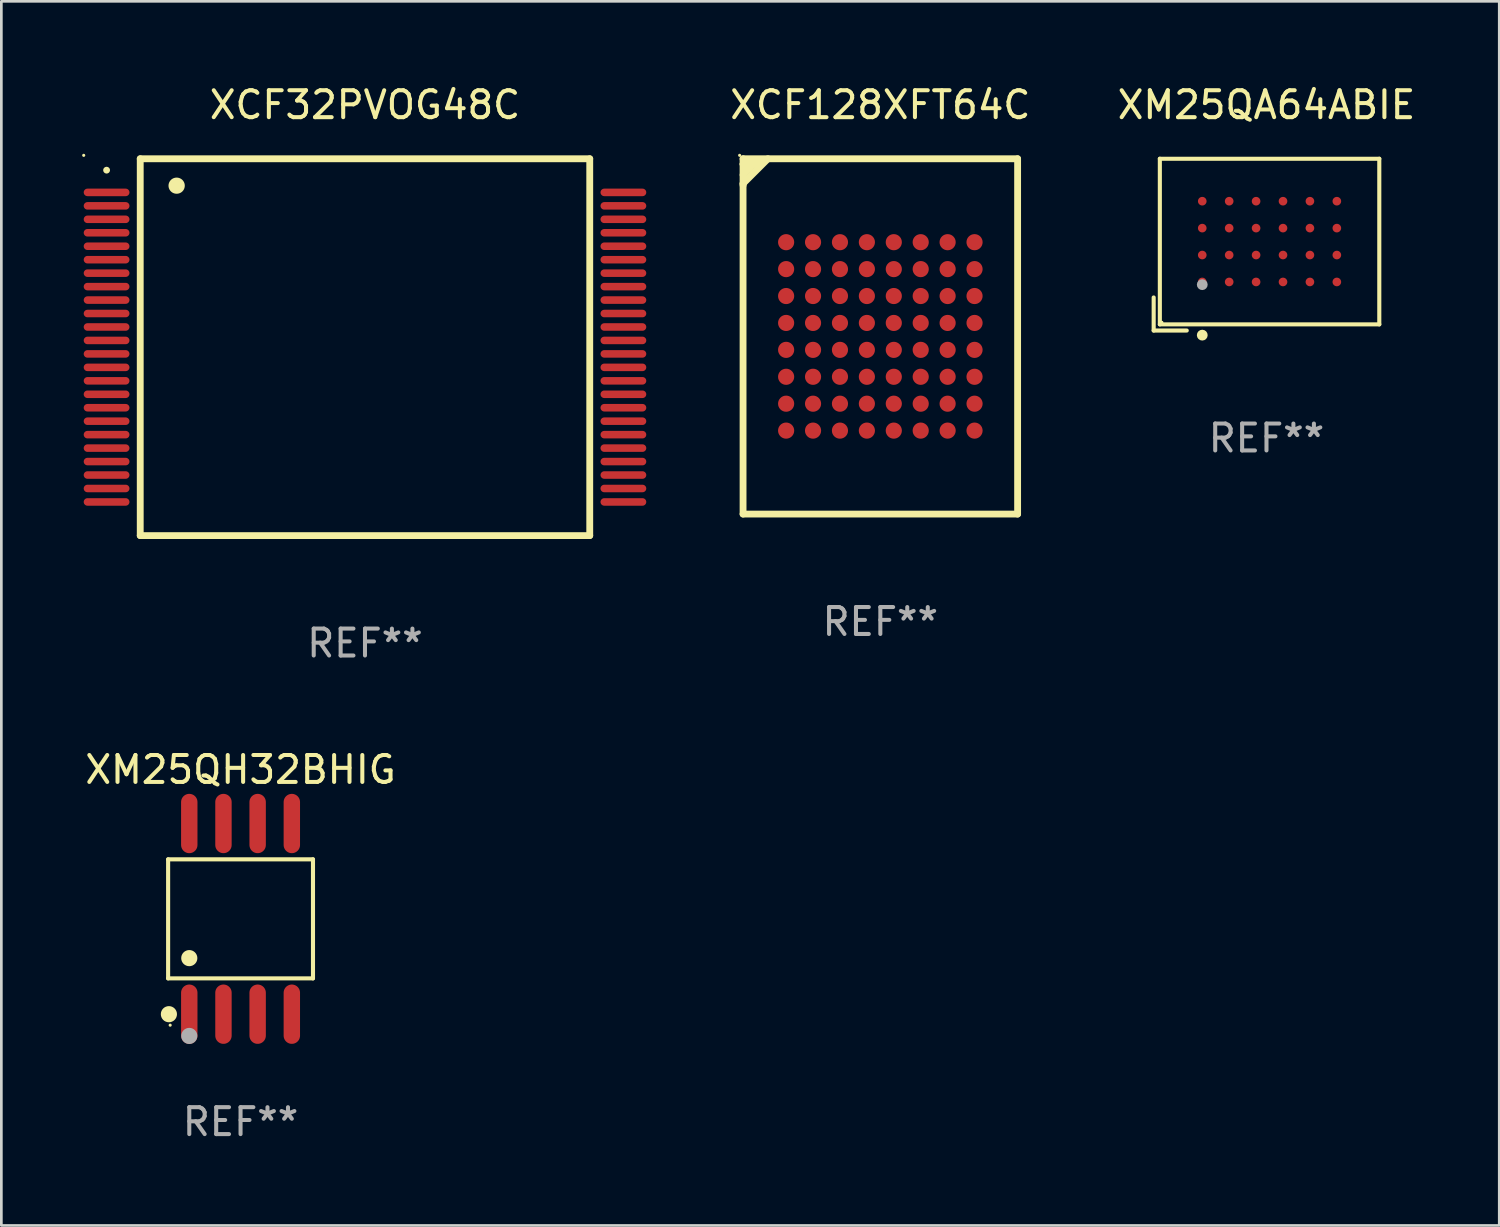
<source format=kicad_pcb>
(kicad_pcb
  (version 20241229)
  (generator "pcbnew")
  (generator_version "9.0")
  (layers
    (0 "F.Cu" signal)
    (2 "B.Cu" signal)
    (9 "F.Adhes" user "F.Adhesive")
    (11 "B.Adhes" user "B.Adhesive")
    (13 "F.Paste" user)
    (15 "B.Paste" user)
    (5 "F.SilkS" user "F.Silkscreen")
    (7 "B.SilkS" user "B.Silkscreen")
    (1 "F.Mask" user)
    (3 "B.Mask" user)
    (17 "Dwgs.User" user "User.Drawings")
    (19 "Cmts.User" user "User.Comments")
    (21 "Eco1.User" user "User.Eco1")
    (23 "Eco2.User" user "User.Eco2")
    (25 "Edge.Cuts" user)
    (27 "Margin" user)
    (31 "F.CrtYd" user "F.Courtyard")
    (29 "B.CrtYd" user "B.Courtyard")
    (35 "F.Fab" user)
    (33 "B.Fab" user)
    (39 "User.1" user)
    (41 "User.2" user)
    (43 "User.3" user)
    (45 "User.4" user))
  (footprint "XCF128XFT64C"
    (layer "F.Cu")
    (at 29.656 9.448)
    (property "Reference" "XCF128XFT64C" (at 0 -8.6 0) (layer "F.SilkS") (effects (font (size 1 1) (thickness 0.15))))
    (attr through_hole)
    (fp_line (start -5.1 -6.6) (end -5.1 6.6) (stroke (width 0.254) (type solid)) (layer "F.SilkS"))
    (fp_line (start -5.1 -6.6) (end 5.1 -6.6) (stroke (width 0.254) (type solid)) (layer "F.SilkS"))
    (fp_line (start -5.1 -6.4) (end -4.504 -6.4) (stroke (width 0.254) (type solid)) (layer "F.SilkS"))
    (fp_line (start -5.1 -5.676) (end -4.176 -6.6) (stroke (width 0.254) (type solid)) (layer "F.SilkS"))
    (fp_line (start -5.1 -5.614) (end -5.1 -5.676) (stroke (width 0.254) (type solid)) (layer "F.SilkS"))
    (fp_line (start -5.1 6.6) (end 5.1 6.6) (stroke (width 0.254) (type solid)) (layer "F.SilkS"))
    (fp_line (start -4.8 -6.4) (end -5.1 -6.4) (stroke (width 0.254) (type solid)) (layer "F.SilkS"))
    (fp_line (start -4.7 -6.4) (end -5.1 -6) (stroke (width 0.254) (type solid)) (layer "F.SilkS"))
    (fp_line (start -4.504 -6.4) (end -4.7 -6.4) (stroke (width 0.254) (type solid)) (layer "F.SilkS"))
    (fp_line (start 5.1 -6.6) (end 5.1 6.6) (stroke (width 0.254) (type solid)) (layer "F.SilkS"))
    (fp_circle (center -5.227 -6.727) (end -5.197 -6.727) (stroke (width 0.06) (type solid)) (fill no) (layer "F.SilkS"))
    (fp_text user "REF**" (at 0 10.6 0) (layer "F.Fab") (effects (font (size 1 1) (thickness 0.15))))
    (pad "A1" smd circle (at -3.5 -3.5) (size 0.6 0.6) (layers "F.Cu" "F.Mask" "F.Paste"))
    (pad "A2" smd circle (at -2.5 -3.5) (size 0.6 0.6) (layers "F.Cu" "F.Mask" "F.Paste"))
    (pad "A3" smd circle (at -1.5 -3.5) (size 0.6 0.6) (layers "F.Cu" "F.Mask" "F.Paste"))
    (pad "A4" smd circle (at -0.5 -3.5) (size 0.6 0.6) (layers "F.Cu" "F.Mask" "F.Paste"))
    (pad "A5" smd circle (at 0.5 -3.5) (size 0.6 0.6) (layers "F.Cu" "F.Mask" "F.Paste"))
    (pad "A6" smd circle (at 1.5 -3.5) (size 0.6 0.6) (layers "F.Cu" "F.Mask" "F.Paste"))
    (pad "A7" smd circle (at 2.5 -3.5) (size 0.6 0.6) (layers "F.Cu" "F.Mask" "F.Paste"))
    (pad "A8" smd circle (at 3.5 -3.5) (size 0.6 0.6) (layers "F.Cu" "F.Mask" "F.Paste"))
    (pad "B1" smd circle (at -3.5 -2.5) (size 0.6 0.6) (layers "F.Cu" "F.Mask" "F.Paste"))
    (pad "B2" smd circle (at -2.5 -2.5) (size 0.6 0.6) (layers "F.Cu" "F.Mask" "F.Paste"))
    (pad "B3" smd circle (at -1.5 -2.5) (size 0.6 0.6) (layers "F.Cu" "F.Mask" "F.Paste"))
    (pad "B4" smd circle (at -0.5 -2.5) (size 0.6 0.6) (layers "F.Cu" "F.Mask" "F.Paste"))
    (pad "B5" smd circle (at 0.5 -2.5) (size 0.6 0.6) (layers "F.Cu" "F.Mask" "F.Paste"))
    (pad "B6" smd circle (at 1.5 -2.5) (size 0.6 0.6) (layers "F.Cu" "F.Mask" "F.Paste"))
    (pad "B7" smd circle (at 2.5 -2.5) (size 0.6 0.6) (layers "F.Cu" "F.Mask" "F.Paste"))
    (pad "B8" smd circle (at 3.5 -2.5) (size 0.6 0.6) (layers "F.Cu" "F.Mask" "F.Paste"))
    (pad "C1" smd circle (at -3.5 -1.5) (size 0.6 0.6) (layers "F.Cu" "F.Mask" "F.Paste"))
    (pad "C2" smd circle (at -2.5 -1.5) (size 0.6 0.6) (layers "F.Cu" "F.Mask" "F.Paste"))
    (pad "C3" smd circle (at -1.5 -1.5) (size 0.6 0.6) (layers "F.Cu" "F.Mask" "F.Paste"))
    (pad "C4" smd circle (at -0.5 -1.5) (size 0.6 0.6) (layers "F.Cu" "F.Mask" "F.Paste"))
    (pad "C5" smd circle (at 0.5 -1.5) (size 0.6 0.6) (layers "F.Cu" "F.Mask" "F.Paste"))
    (pad "C6" smd circle (at 1.5 -1.5) (size 0.6 0.6) (layers "F.Cu" "F.Mask" "F.Paste"))
    (pad "C7" smd circle (at 2.5 -1.5) (size 0.6 0.6) (layers "F.Cu" "F.Mask" "F.Paste"))
    (pad "C8" smd circle (at 3.5 -1.5) (size 0.6 0.6) (layers "F.Cu" "F.Mask" "F.Paste"))
    (pad "D1" smd circle (at -3.5 -0.5) (size 0.6 0.6) (layers "F.Cu" "F.Mask" "F.Paste"))
    (pad "D2" smd circle (at -2.5 -0.5) (size 0.6 0.6) (layers "F.Cu" "F.Mask" "F.Paste"))
    (pad "D3" smd circle (at -1.5 -0.5) (size 0.6 0.6) (layers "F.Cu" "F.Mask" "F.Paste"))
    (pad "D4" smd circle (at -0.5 -0.5) (size 0.6 0.6) (layers "F.Cu" "F.Mask" "F.Paste"))
    (pad "D5" smd circle (at 0.5 -0.5) (size 0.6 0.6) (layers "F.Cu" "F.Mask" "F.Paste"))
    (pad "D6" smd circle (at 1.5 -0.5) (size 0.6 0.6) (layers "F.Cu" "F.Mask" "F.Paste"))
    (pad "D7" smd circle (at 2.5 -0.5) (size 0.6 0.6) (layers "F.Cu" "F.Mask" "F.Paste"))
    (pad "D8" smd circle (at 3.5 -0.5) (size 0.6 0.6) (layers "F.Cu" "F.Mask" "F.Paste"))
    (pad "E1" smd circle (at -3.5 0.5) (size 0.6 0.6) (layers "F.Cu" "F.Mask" "F.Paste"))
    (pad "E2" smd circle (at -2.5 0.5) (size 0.6 0.6) (layers "F.Cu" "F.Mask" "F.Paste"))
    (pad "E3" smd circle (at -1.5 0.5) (size 0.6 0.6) (layers "F.Cu" "F.Mask" "F.Paste"))
    (pad "E4" smd circle (at -0.5 0.5) (size 0.6 0.6) (layers "F.Cu" "F.Mask" "F.Paste"))
    (pad "E5" smd circle (at 0.5 0.5) (size 0.6 0.6) (layers "F.Cu" "F.Mask" "F.Paste"))
    (pad "E6" smd circle (at 1.5 0.5) (size 0.6 0.6) (layers "F.Cu" "F.Mask" "F.Paste"))
    (pad "E7" smd circle (at 2.5 0.5) (size 0.6 0.6) (layers "F.Cu" "F.Mask" "F.Paste"))
    (pad "E8" smd circle (at 3.5 0.5) (size 0.6 0.6) (layers "F.Cu" "F.Mask" "F.Paste"))
    (pad "F1" smd circle (at -3.5 1.5) (size 0.6 0.6) (layers "F.Cu" "F.Mask" "F.Paste"))
    (pad "F2" smd circle (at -2.5 1.5) (size 0.6 0.6) (layers "F.Cu" "F.Mask" "F.Paste"))
    (pad "F3" smd circle (at -1.5 1.5) (size 0.6 0.6) (layers "F.Cu" "F.Mask" "F.Paste"))
    (pad "F4" smd circle (at -0.5 1.5) (size 0.6 0.6) (layers "F.Cu" "F.Mask" "F.Paste"))
    (pad "F5" smd circle (at 0.5 1.5) (size 0.6 0.6) (layers "F.Cu" "F.Mask" "F.Paste"))
    (pad "F6" smd circle (at 1.5 1.5) (size 0.6 0.6) (layers "F.Cu" "F.Mask" "F.Paste"))
    (pad "F7" smd circle (at 2.5 1.5) (size 0.6 0.6) (layers "F.Cu" "F.Mask" "F.Paste"))
    (pad "F8" smd circle (at 3.5 1.5) (size 0.6 0.6) (layers "F.Cu" "F.Mask" "F.Paste"))
    (pad "G1" smd circle (at -3.5 2.5) (size 0.6 0.6) (layers "F.Cu" "F.Mask" "F.Paste"))
    (pad "G2" smd circle (at -2.5 2.5) (size 0.6 0.6) (layers "F.Cu" "F.Mask" "F.Paste"))
    (pad "G3" smd circle (at -1.5 2.5) (size 0.6 0.6) (layers "F.Cu" "F.Mask" "F.Paste"))
    (pad "G4" smd circle (at -0.5 2.5) (size 0.6 0.6) (layers "F.Cu" "F.Mask" "F.Paste"))
    (pad "G5" smd circle (at 0.5 2.5) (size 0.6 0.6) (layers "F.Cu" "F.Mask" "F.Paste"))
    (pad "G6" smd circle (at 1.5 2.5) (size 0.6 0.6) (layers "F.Cu" "F.Mask" "F.Paste"))
    (pad "G7" smd circle (at 2.5 2.5) (size 0.6 0.6) (layers "F.Cu" "F.Mask" "F.Paste"))
    (pad "G8" smd circle (at 3.5 2.5) (size 0.6 0.6) (layers "F.Cu" "F.Mask" "F.Paste"))
    (pad "H1" smd circle (at -3.5 3.5) (size 0.6 0.6) (layers "F.Cu" "F.Mask" "F.Paste"))
    (pad "H2" smd circle (at -2.5 3.5) (size 0.6 0.6) (layers "F.Cu" "F.Mask" "F.Paste"))
    (pad "H3" smd circle (at -1.5 3.5) (size 0.6 0.6) (layers "F.Cu" "F.Mask" "F.Paste"))
    (pad "H4" smd circle (at -0.5 3.5) (size 0.6 0.6) (layers "F.Cu" "F.Mask" "F.Paste"))
    (pad "H5" smd circle (at 0.5 3.5) (size 0.6 0.6) (layers "F.Cu" "F.Mask" "F.Paste"))
    (pad "H6" smd circle (at 1.5 3.5) (size 0.6 0.6) (layers "F.Cu" "F.Mask" "F.Paste"))
    (pad "H7" smd circle (at 2.5 3.5) (size 0.6 0.6) (layers "F.Cu" "F.Mask" "F.Paste"))
    (pad "H8" smd circle (at 3.5 3.5) (size 0.6 0.6) (layers "F.Cu" "F.Mask" "F.Paste")))
  (footprint "XM25QH32BHIG"
    (layer "F.Cu")
    (at 5.887 31.087)
    (property "Reference" "XM25QH32BHIG" (at 0 -5.542 0) (layer "F.SilkS") (effects (font (size 1 1) (thickness 0.15))))
    (attr through_hole)
    (fp_line (start -2.691 -2.211) (end 2.691 -2.211) (stroke (width 0.152) (type solid)) (layer "F.SilkS"))
    (fp_line (start -2.691 2.211) (end -2.691 -2.211) (stroke (width 0.152) (type solid)) (layer "F.SilkS"))
    (fp_line (start 2.691 -2.211) (end 2.691 2.211) (stroke (width 0.152) (type solid)) (layer "F.SilkS"))
    (fp_line (start 2.691 2.211) (end -2.691 2.211) (stroke (width 0.152) (type solid)) (layer "F.SilkS"))
    (fp_circle (center -2.662 3.542) (end -2.512 3.542) (stroke (width 0.3) (type solid)) (fill no) (layer "F.SilkS"))
    (fp_circle (center -2.615 3.95) (end -2.585 3.95) (stroke (width 0.06) (type solid)) (fill no) (layer "F.SilkS"))
    (fp_circle (center -1.905 1.459) (end -1.755 1.459) (stroke (width 0.3) (type solid)) (fill no) (layer "F.SilkS"))
    (fp_circle (center -1.905 4.35) (end -1.755 4.35) (stroke (width 0.3) (type solid)) (fill no) (layer "F.Fab"))
    (fp_text user "REF**" (at 0 7.542 0) (layer "F.Fab") (effects (font (size 1 1) (thickness 0.15))))
    (pad "1" smd oval (at -1.905 3.542) (size 0.609 2.204) (layers "F.Cu" "F.Mask" "F.Paste"))
    (pad "2" smd oval (at -0.635 3.542) (size 0.609 2.204) (layers "F.Cu" "F.Mask" "F.Paste"))
    (pad "3" smd oval (at 0.635 3.542) (size 0.609 2.204) (layers "F.Cu" "F.Mask" "F.Paste"))
    (pad "4" smd oval (at 1.905 3.542) (size 0.609 2.204) (layers "F.Cu" "F.Mask" "F.Paste"))
    (pad "5" smd oval (at 1.905 -3.542) (size 0.609 2.204) (layers "F.Cu" "F.Mask" "F.Paste"))
    (pad "6" smd oval (at 0.635 -3.542) (size 0.609 2.204) (layers "F.Cu" "F.Mask" "F.Paste"))
    (pad "7" smd oval (at -0.635 -3.542) (size 0.609 2.204) (layers "F.Cu" "F.Mask" "F.Paste"))
    (pad "8" smd oval (at -1.905 -3.542) (size 0.609 2.204) (layers "F.Cu" "F.Mask" "F.Paste")))
  (footprint "XM25QA64ABIE"
    (layer "F.Cu")
    (at 44.002 6.039)
    (property "Reference" "XM25QA64ABIE" (at 0 -5.191 0) (layer "F.SilkS") (effects (font (size 1 1) (thickness 0.15))))
    (attr through_hole)
    (fp_line (start -4.191 1.962) (end -4.191 3.191) (stroke (width 0.152) (type solid)) (layer "F.SilkS"))
    (fp_line (start -4.191 3.191) (end -2.962 3.191) (stroke (width 0.152) (type solid)) (layer "F.SilkS"))
    (fp_line (start -3.962 -3.191) (end 4.191 -3.191) (stroke (width 0.152) (type solid)) (layer "F.SilkS"))
    (fp_line (start -3.962 2.962) (end -3.962 -3.191) (stroke (width 0.152) (type solid)) (layer "F.SilkS"))
    (fp_line (start 4.191 -3.191) (end 4.191 2.962) (stroke (width 0.152) (type solid)) (layer "F.SilkS"))
    (fp_line (start 4.191 2.962) (end -3.962 2.962) (stroke (width 0.152) (type solid)) (layer "F.SilkS"))
    (fp_circle (center -3.886 2.886) (end -3.856 2.886) (stroke (width 0.06) (type solid)) (fill no) (layer "F.SilkS"))
    (fp_circle (center -2.386 3.362) (end -2.285 3.362) (stroke (width 0.2) (type solid)) (fill no) (layer "F.SilkS"))
    (fp_circle (center -2.386 1.486) (end -2.285 1.486) (stroke (width 0.2) (type solid)) (fill no) (layer "F.Fab"))
    (fp_text user "REF**" (at 0 7.191 0) (layer "F.Fab") (effects (font (size 1 1) (thickness 0.15))))
    (pad "A1" smd circle (at -2.386 1.386) (size 0.32 0.32) (layers "F.Cu" "F.Mask" "F.Paste"))
    (pad "A2" smd circle (at -2.386 0.386) (size 0.32 0.32) (layers "F.Cu" "F.Mask" "F.Paste"))
    (pad "A3" smd circle (at -2.386 -0.614) (size 0.32 0.32) (layers "F.Cu" "F.Mask" "F.Paste"))
    (pad "A4" smd circle (at -2.386 -1.614) (size 0.32 0.32) (layers "F.Cu" "F.Mask" "F.Paste"))
    (pad "B1" smd circle (at -1.386 1.386) (size 0.32 0.32) (layers "F.Cu" "F.Mask" "F.Paste"))
    (pad "B2" smd circle (at -1.386 0.386) (size 0.32 0.32) (layers "F.Cu" "F.Mask" "F.Paste"))
    (pad "B3" smd circle (at -1.386 -0.614) (size 0.32 0.32) (layers "F.Cu" "F.Mask" "F.Paste"))
    (pad "B4" smd circle (at -1.386 -1.614) (size 0.32 0.32) (layers "F.Cu" "F.Mask" "F.Paste"))
    (pad "C1" smd circle (at -0.386 1.386) (size 0.32 0.32) (layers "F.Cu" "F.Mask" "F.Paste"))
    (pad "C2" smd circle (at -0.386 0.386) (size 0.32 0.32) (layers "F.Cu" "F.Mask" "F.Paste"))
    (pad "C3" smd circle (at -0.386 -0.614) (size 0.32 0.32) (layers "F.Cu" "F.Mask" "F.Paste"))
    (pad "C4" smd circle (at -0.386 -1.614) (size 0.32 0.32) (layers "F.Cu" "F.Mask" "F.Paste"))
    (pad "D1" smd circle (at 0.614 1.386) (size 0.32 0.32) (layers "F.Cu" "F.Mask" "F.Paste"))
    (pad "D2" smd circle (at 0.614 0.386) (size 0.32 0.32) (layers "F.Cu" "F.Mask" "F.Paste"))
    (pad "D3" smd circle (at 0.614 -0.614) (size 0.32 0.32) (layers "F.Cu" "F.Mask" "F.Paste"))
    (pad "D4" smd circle (at 0.614 -1.614) (size 0.32 0.32) (layers "F.Cu" "F.Mask" "F.Paste"))
    (pad "E1" smd circle (at 1.614 1.386) (size 0.32 0.32) (layers "F.Cu" "F.Mask" "F.Paste"))
    (pad "E2" smd circle (at 1.614 0.386) (size 0.32 0.32) (layers "F.Cu" "F.Mask" "F.Paste"))
    (pad "E3" smd circle (at 1.614 -0.614) (size 0.32 0.32) (layers "F.Cu" "F.Mask" "F.Paste"))
    (pad "E4" smd circle (at 1.614 -1.614) (size 0.32 0.32) (layers "F.Cu" "F.Mask" "F.Paste"))
    (pad "F1" smd circle (at 2.614 1.386) (size 0.32 0.32) (layers "F.Cu" "F.Mask" "F.Paste"))
    (pad "F2" smd circle (at 2.614 0.386) (size 0.32 0.32) (layers "F.Cu" "F.Mask" "F.Paste"))
    (pad "F3" smd circle (at 2.614 -0.614) (size 0.32 0.32) (layers "F.Cu" "F.Mask" "F.Paste"))
    (pad "F4" smd circle (at 2.614 -1.614) (size 0.32 0.32) (layers "F.Cu" "F.Mask" "F.Paste")))
  (footprint "XCF32PVOG48C"
    (layer "F.Cu")
    (at 10.51 9.848)
    (property "Reference" "XCF32PVOG48C" (at 0 -9 0) (layer "F.SilkS") (effects (font (size 1 1) (thickness 0.15))))
    (attr through_hole)
    (fp_line (start -8.35 -7) (end 8.35 -7) (stroke (width 0.254) (type solid)) (layer "F.SilkS"))
    (fp_line (start -8.35 7) (end -8.35 -7) (stroke (width 0.254) (type solid)) (layer "F.SilkS"))
    (fp_line (start -8.35 7) (end 8.35 7) (stroke (width 0.254) (type solid)) (layer "F.SilkS"))
    (fp_line (start 8.35 -7) (end 8.35 7) (stroke (width 0.254) (type solid)) (layer "F.SilkS"))
    (fp_arc (start -9.601219 -6.576073) (mid -9.599949 -6.576079) (end -9.598679 -6.576073) (stroke (width 0.25) (type solid)) (layer "F.SilkS"))
    (fp_arc (start -7.000025 -6) (mid -6.997485 -6.000011) (end -6.994945 -6) (stroke (width 0.6) (type solid)) (layer "F.SilkS"))
    (fp_circle (center -10.45 -7.127) (end -10.42 -7.127) (stroke (width 0.06) (type solid)) (fill no) (layer "F.SilkS"))
    (fp_text user "REF**" (at 0 11 0) (layer "F.Fab") (effects (font (size 1 1) (thickness 0.15))))
    (pad "1" smd oval (at -9.6 -5.75 90) (size 0.28 1.7) (layers "F.Cu" "F.Mask" "F.Paste"))
    (pad "2" smd oval (at -9.6 -5.25 90) (size 0.28 1.7) (layers "F.Cu" "F.Mask" "F.Paste"))
    (pad "3" smd oval (at -9.6 -4.75 90) (size 0.28 1.7) (layers "F.Cu" "F.Mask" "F.Paste"))
    (pad "4" smd oval (at -9.6 -4.25 90) (size 0.28 1.7) (layers "F.Cu" "F.Mask" "F.Paste"))
    (pad "5" smd oval (at -9.6 -3.75 90) (size 0.28 1.7) (layers "F.Cu" "F.Mask" "F.Paste"))
    (pad "6" smd oval (at -9.6 -3.25 90) (size 0.28 1.7) (layers "F.Cu" "F.Mask" "F.Paste"))
    (pad "7" smd oval (at -9.6 -2.75 90) (size 0.28 1.7) (layers "F.Cu" "F.Mask" "F.Paste"))
    (pad "8" smd oval (at -9.6 -2.25 90) (size 0.28 1.7) (layers "F.Cu" "F.Mask" "F.Paste"))
    (pad "9" smd oval (at -9.6 -1.75 90) (size 0.28 1.7) (layers "F.Cu" "F.Mask" "F.Paste"))
    (pad "10" smd oval (at -9.6 -1.25 90) (size 0.28 1.7) (layers "F.Cu" "F.Mask" "F.Paste"))
    (pad "11" smd oval (at -9.6 -0.75 90) (size 0.28 1.7) (layers "F.Cu" "F.Mask" "F.Paste"))
    (pad "12" smd oval (at -9.6 -0.25 90) (size 0.28 1.7) (layers "F.Cu" "F.Mask" "F.Paste"))
    (pad "13" smd oval (at -9.6 0.25 90) (size 0.28 1.7) (layers "F.Cu" "F.Mask" "F.Paste"))
    (pad "14" smd oval (at -9.6 0.75 90) (size 0.28 1.7) (layers "F.Cu" "F.Mask" "F.Paste"))
    (pad "15" smd oval (at -9.6 1.25 90) (size 0.28 1.7) (layers "F.Cu" "F.Mask" "F.Paste"))
    (pad "16" smd oval (at -9.6 1.75 90) (size 0.28 1.7) (layers "F.Cu" "F.Mask" "F.Paste"))
    (pad "17" smd oval (at -9.6 2.25 90) (size 0.28 1.7) (layers "F.Cu" "F.Mask" "F.Paste"))
    (pad "18" smd oval (at -9.6 2.75 90) (size 0.28 1.7) (layers "F.Cu" "F.Mask" "F.Paste"))
    (pad "19" smd oval (at -9.6 3.25 90) (size 0.28 1.7) (layers "F.Cu" "F.Mask" "F.Paste"))
    (pad "20" smd oval (at -9.6 3.75 90) (size 0.28 1.7) (layers "F.Cu" "F.Mask" "F.Paste"))
    (pad "21" smd oval (at -9.6 4.25 90) (size 0.28 1.7) (layers "F.Cu" "F.Mask" "F.Paste"))
    (pad "22" smd oval (at -9.6 4.75 90) (size 0.28 1.7) (layers "F.Cu" "F.Mask" "F.Paste"))
    (pad "23" smd oval (at -9.6 5.25 90) (size 0.28 1.7) (layers "F.Cu" "F.Mask" "F.Paste"))
    (pad "24" smd oval (at -9.6 5.75 90) (size 0.28 1.7) (layers "F.Cu" "F.Mask" "F.Paste"))
    (pad "25" smd oval (at 9.6 5.75 90) (size 0.28 1.7) (layers "F.Cu" "F.Mask" "F.Paste"))
    (pad "26" smd oval (at 9.6 5.25 90) (size 0.28 1.7) (layers "F.Cu" "F.Mask" "F.Paste"))
    (pad "27" smd oval (at 9.6 4.75 90) (size 0.28 1.7) (layers "F.Cu" "F.Mask" "F.Paste"))
    (pad "28" smd oval (at 9.6 4.25 90) (size 0.28 1.7) (layers "F.Cu" "F.Mask" "F.Paste"))
    (pad "29" smd oval (at 9.6 3.75 90) (size 0.28 1.7) (layers "F.Cu" "F.Mask" "F.Paste"))
    (pad "30" smd oval (at 9.6 3.25 90) (size 0.28 1.7) (layers "F.Cu" "F.Mask" "F.Paste"))
    (pad "31" smd oval (at 9.6 2.75 90) (size 0.28 1.7) (layers "F.Cu" "F.Mask" "F.Paste"))
    (pad "32" smd oval (at 9.6 2.25 90) (size 0.28 1.7) (layers "F.Cu" "F.Mask" "F.Paste"))
    (pad "33" smd oval (at 9.6 1.75 90) (size 0.28 1.7) (layers "F.Cu" "F.Mask" "F.Paste"))
    (pad "34" smd oval (at 9.6 1.25 90) (size 0.28 1.7) (layers "F.Cu" "F.Mask" "F.Paste"))
    (pad "35" smd oval (at 9.6 0.75 90) (size 0.28 1.7) (layers "F.Cu" "F.Mask" "F.Paste"))
    (pad "36" smd oval (at 9.6 0.25 90) (size 0.28 1.7) (layers "F.Cu" "F.Mask" "F.Paste"))
    (pad "37" smd oval (at 9.6 -0.25 90) (size 0.28 1.7) (layers "F.Cu" "F.Mask" "F.Paste"))
    (pad "38" smd oval (at 9.6 -0.75 90) (size 0.28 1.7) (layers "F.Cu" "F.Mask" "F.Paste"))
    (pad "39" smd oval (at 9.6 -1.25 90) (size 0.28 1.7) (layers "F.Cu" "F.Mask" "F.Paste"))
    (pad "40" smd oval (at 9.6 -1.75 90) (size 0.28 1.7) (layers "F.Cu" "F.Mask" "F.Paste"))
    (pad "41" smd oval (at 9.6 -2.25 90) (size 0.28 1.7) (layers "F.Cu" "F.Mask" "F.Paste"))
    (pad "42" smd oval (at 9.6 -2.75 90) (size 0.28 1.7) (layers "F.Cu" "F.Mask" "F.Paste"))
    (pad "43" smd oval (at 9.6 -3.25 90) (size 0.28 1.7) (layers "F.Cu" "F.Mask" "F.Paste"))
    (pad "44" smd oval (at 9.6 -3.75 90) (size 0.28 1.7) (layers "F.Cu" "F.Mask" "F.Paste"))
    (pad "45" smd oval (at 9.6 -4.25 90) (size 0.28 1.7) (layers "F.Cu" "F.Mask" "F.Paste"))
    (pad "46" smd oval (at 9.6 -4.75 90) (size 0.28 1.7) (layers "F.Cu" "F.Mask" "F.Paste"))
    (pad "47" smd oval (at 9.6 -5.25 90) (size 0.28 1.7) (layers "F.Cu" "F.Mask" "F.Paste"))
    (pad "48" smd oval (at 9.6 -5.75 90) (size 0.28 1.7) (layers "F.Cu" "F.Mask" "F.Paste")))
  (gr_rect
    (start -3 -3)
    (end 52.65 42.478)
    (stroke (width 0.1) (type default))
    (fill no)
    (layer "Edge.Cuts")))
</source>
